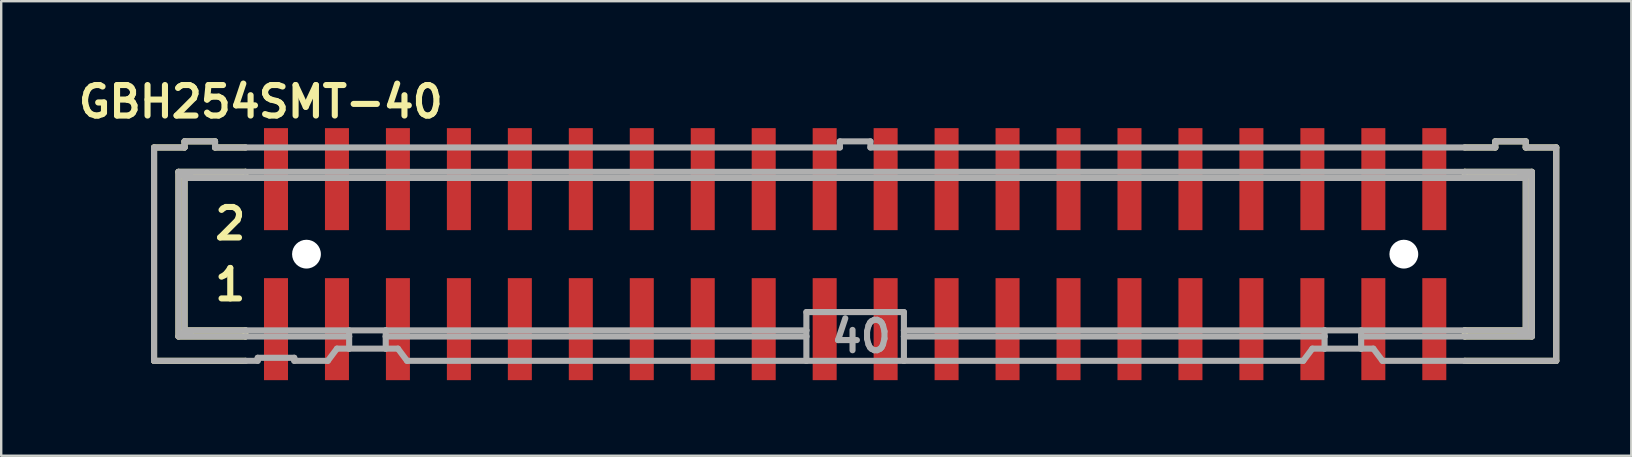
<source format=kicad_pcb>
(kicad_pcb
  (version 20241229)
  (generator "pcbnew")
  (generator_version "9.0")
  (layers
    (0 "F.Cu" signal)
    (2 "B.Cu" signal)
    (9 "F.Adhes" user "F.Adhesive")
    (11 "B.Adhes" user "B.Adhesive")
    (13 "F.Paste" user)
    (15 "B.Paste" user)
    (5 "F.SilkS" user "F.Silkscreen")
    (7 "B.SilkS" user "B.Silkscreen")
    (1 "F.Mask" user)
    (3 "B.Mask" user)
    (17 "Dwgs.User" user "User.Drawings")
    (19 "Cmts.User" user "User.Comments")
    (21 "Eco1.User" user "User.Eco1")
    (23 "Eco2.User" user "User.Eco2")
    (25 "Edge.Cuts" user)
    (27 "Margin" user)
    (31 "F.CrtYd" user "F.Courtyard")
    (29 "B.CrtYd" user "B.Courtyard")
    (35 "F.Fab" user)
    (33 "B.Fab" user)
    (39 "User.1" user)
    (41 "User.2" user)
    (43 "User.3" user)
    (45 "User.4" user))
  (footprint "GBH254SMT-40"
    (layer "F.Cu")
    (at 32.579 7.539)
    (property "Reference" "GBH254SMT-40" (at -24.765 -6.35 0) (layer "F.SilkS") (effects (font (size 1.27 1.27) (thickness 0.254))))
    (attr smd)
    (fp_line (start -29.21 -4.445) (end -29.21 4.445) (stroke (width 0.254) (type solid)) (layer "F.SilkS"))
    (fp_line (start -29.21 -4.445) (end -27.94 -4.445) (stroke (width 0.254) (type solid)) (layer "F.SilkS"))
    (fp_line (start -29.21 4.445) (end -25.4 4.445) (stroke (width 0.254) (type solid)) (layer "F.SilkS"))
    (fp_line (start -28.194 -3.429) (end -28.194 3.429) (stroke (width 0.254) (type solid)) (layer "F.SilkS"))
    (fp_line (start -28.194 3.429) (end -25.4 3.429) (stroke (width 0.254) (type solid)) (layer "F.SilkS"))
    (fp_line (start -28.1 -3.3) (end -27.7 -3.3) (stroke (width 0.254) (type solid)) (layer "F.SilkS"))
    (fp_line (start -28.1 3.3) (end -27.7 3.3) (stroke (width 0.254) (type solid)) (layer "F.SilkS"))
    (fp_line (start -27.94 -4.699) (end -27.94 -4.445) (stroke (width 0.254) (type solid)) (layer "F.SilkS"))
    (fp_line (start -27.94 -3.175) (end -27.94 3.175) (stroke (width 0.254) (type solid)) (layer "F.SilkS"))
    (fp_line (start -27.94 -3.175) (end -25.4 -3.175) (stroke (width 0.254) (type solid)) (layer "F.SilkS"))
    (fp_line (start -26.67 -4.699) (end -27.94 -4.699) (stroke (width 0.254) (type solid)) (layer "F.SilkS"))
    (fp_line (start -26.67 -4.699) (end -26.67 -4.445) (stroke (width 0.254) (type solid)) (layer "F.SilkS"))
    (fp_line (start -26.67 -4.445) (end -25.4 -4.445) (stroke (width 0.254) (type solid)) (layer "F.SilkS"))
    (fp_line (start -25.4 -3.429) (end -28.194 -3.429) (stroke (width 0.254) (type solid)) (layer "F.SilkS"))
    (fp_line (start -25.4 -3.429) (end -25.4 -3.175) (stroke (width 0.254) (type solid)) (layer "F.SilkS"))
    (fp_line (start -25.4 3.175) (end -27.94 3.175) (stroke (width 0.254) (type solid)) (layer "F.SilkS"))
    (fp_line (start -25.4 3.175) (end -25.4 3.429) (stroke (width 0.254) (type solid)) (layer "F.SilkS"))
    (fp_line (start 25.4 -4.445) (end 26.67 -4.445) (stroke (width 0.254) (type solid)) (layer "F.SilkS"))
    (fp_line (start 25.4 -3.429) (end 25.4 -3.175) (stroke (width 0.254) (type solid)) (layer "F.SilkS"))
    (fp_line (start 25.4 -3.175) (end 27.94 -3.175) (stroke (width 0.254) (type solid)) (layer "F.SilkS"))
    (fp_line (start 25.4 3.175) (end 25.4 3.429) (stroke (width 0.254) (type solid)) (layer "F.SilkS"))
    (fp_line (start 25.4 3.429) (end 28.194 3.429) (stroke (width 0.254) (type solid)) (layer "F.SilkS"))
    (fp_line (start 26.67 -4.445) (end 26.67 -4.699) (stroke (width 0.254) (type solid)) (layer "F.SilkS"))
    (fp_line (start 27.7 -3.3) (end 28.1 -3.3) (stroke (width 0.254) (type solid)) (layer "F.SilkS"))
    (fp_line (start 27.7 3.3) (end 28.1 3.3) (stroke (width 0.254) (type solid)) (layer "F.SilkS"))
    (fp_line (start 27.94 -4.699) (end 26.67 -4.699) (stroke (width 0.254) (type solid)) (layer "F.SilkS"))
    (fp_line (start 27.94 -4.445) (end 27.94 -4.699) (stroke (width 0.254) (type solid)) (layer "F.SilkS"))
    (fp_line (start 27.94 -4.445) (end 29.21 -4.445) (stroke (width 0.254) (type solid)) (layer "F.SilkS"))
    (fp_line (start 27.94 3.175) (end 25.4 3.175) (stroke (width 0.254) (type solid)) (layer "F.SilkS"))
    (fp_line (start 27.94 3.175) (end 27.94 -3.175) (stroke (width 0.254) (type solid)) (layer "F.SilkS"))
    (fp_line (start 28.194 -3.429) (end 25.4 -3.429) (stroke (width 0.254) (type solid)) (layer "F.SilkS"))
    (fp_line (start 28.194 3.429) (end 28.194 -3.429) (stroke (width 0.254) (type solid)) (layer "F.SilkS"))
    (fp_line (start 29.21 4.445) (end 25.4 4.445) (stroke (width 0.254) (type solid)) (layer "F.SilkS"))
    (fp_line (start 29.21 4.445) (end 29.21 -4.445) (stroke (width 0.254) (type solid)) (layer "F.SilkS"))
    (fp_line (start -29.21 -4.445) (end -29.21 4.445) (stroke (width 0.254) (type solid)) (layer "F.Fab"))
    (fp_line (start -29.21 -4.445) (end -27.94 -4.445) (stroke (width 0.254) (type solid)) (layer "F.Fab"))
    (fp_line (start -29.21 4.445) (end -25.4 4.445) (stroke (width 0.254) (type solid)) (layer "F.Fab"))
    (fp_line (start -28.194 -3.429) (end -28.194 3.429) (stroke (width 0.254) (type solid)) (layer "F.Fab"))
    (fp_line (start -28.194 3.429) (end -25.4 3.429) (stroke (width 0.254) (type solid)) (layer "F.Fab"))
    (fp_line (start -28.1 -3.3) (end -27.7 -3.3) (stroke (width 0.254) (type solid)) (layer "F.Fab"))
    (fp_line (start -28.1 3.3) (end -27.7 3.3) (stroke (width 0.254) (type solid)) (layer "F.Fab"))
    (fp_line (start -27.94 -4.699) (end -27.94 -4.445) (stroke (width 0.254) (type solid)) (layer "F.Fab"))
    (fp_line (start -27.94 -3.175) (end -27.94 3.175) (stroke (width 0.254) (type solid)) (layer "F.Fab"))
    (fp_line (start -27.94 -3.175) (end -25.4 -3.175) (stroke (width 0.254) (type solid)) (layer "F.Fab"))
    (fp_line (start -26.67 -4.699) (end -27.94 -4.699) (stroke (width 0.254) (type solid)) (layer "F.Fab"))
    (fp_line (start -26.67 -4.699) (end -26.67 -4.445) (stroke (width 0.254) (type solid)) (layer "F.Fab"))
    (fp_line (start -26.67 -4.445) (end -25.4 -4.445) (stroke (width 0.254) (type solid)) (layer "F.Fab"))
    (fp_line (start -25.4 -4.445) (end -0.635 -4.445) (stroke (width 0.254) (type solid)) (layer "F.Fab"))
    (fp_line (start -25.4 -3.429) (end -28.194 -3.429) (stroke (width 0.254) (type solid)) (layer "F.Fab"))
    (fp_line (start -25.4 -3.175) (end 25.4 -3.175) (stroke (width 0.254) (type solid)) (layer "F.Fab"))
    (fp_line (start -25.4 3.175) (end -27.94 3.175) (stroke (width 0.254) (type solid)) (layer "F.Fab"))
    (fp_line (start -25.4 3.429) (end -21.082 3.429) (stroke (width 0.254) (type solid)) (layer "F.Fab"))
    (fp_line (start -25.4 4.445) (end -24.892 4.445) (stroke (width 0.254) (type solid)) (layer "F.Fab"))
    (fp_line (start -24.892 4.318) (end -24.892 4.445) (stroke (width 0.254) (type solid)) (layer "F.Fab"))
    (fp_line (start -24.892 4.318) (end -23.368 4.318) (stroke (width 0.254) (type solid)) (layer "F.Fab"))
    (fp_line (start -23.368 4.445) (end -23.368 4.318) (stroke (width 0.254) (type solid)) (layer "F.Fab"))
    (fp_line (start -23.368 4.445) (end -21.971 4.445) (stroke (width 0.254) (type solid)) (layer "F.Fab"))
    (fp_line (start -21.971 4.445) (end -21.59 3.937) (stroke (width 0.254) (type solid)) (layer "F.Fab"))
    (fp_line (start -21.082 3.175) (end -21.082 3.429) (stroke (width 0.254) (type solid)) (layer "F.Fab"))
    (fp_line (start -21.082 3.429) (end -21.082 3.937) (stroke (width 0.254) (type solid)) (layer "F.Fab"))
    (fp_line (start -21.082 3.937) (end -21.59 3.937) (stroke (width 0.254) (type solid)) (layer "F.Fab"))
    (fp_line (start -19.558 3.175) (end -25.4 3.175) (stroke (width 0.254) (type solid)) (layer "F.Fab"))
    (fp_line (start -19.558 3.175) (end -19.558 3.429) (stroke (width 0.254) (type solid)) (layer "F.Fab"))
    (fp_line (start -19.558 3.429) (end -19.558 3.937) (stroke (width 0.254) (type solid)) (layer "F.Fab"))
    (fp_line (start -19.558 3.429) (end -2.032 3.429) (stroke (width 0.254) (type solid)) (layer "F.Fab"))
    (fp_line (start -19.558 3.937) (end -21.082 3.937) (stroke (width 0.254) (type solid)) (layer "F.Fab"))
    (fp_line (start -19.05 3.937) (end -19.558 3.937) (stroke (width 0.254) (type solid)) (layer "F.Fab"))
    (fp_line (start -19.05 3.937) (end -18.669 4.445) (stroke (width 0.254) (type solid)) (layer "F.Fab"))
    (fp_line (start -18.669 4.445) (end -2.032 4.445) (stroke (width 0.254) (type solid)) (layer "F.Fab"))
    (fp_line (start -2.032 3.175) (end -19.558 3.175) (stroke (width 0.254) (type solid)) (layer "F.Fab"))
    (fp_line (start -2.032 3.175) (end -2.032 2.413) (stroke (width 0.254) (type solid)) (layer "F.Fab"))
    (fp_line (start -2.032 3.175) (end -2.032 3.429) (stroke (width 0.254) (type solid)) (layer "F.Fab"))
    (fp_line (start -2.032 3.429) (end -2.032 4.445) (stroke (width 0.254) (type solid)) (layer "F.Fab"))
    (fp_line (start -0.635 -4.699) (end -0.635 -4.445) (stroke (width 0.254) (type solid)) (layer "F.Fab"))
    (fp_line (start 0.635 -4.699) (end -0.635 -4.699) (stroke (width 0.254) (type solid)) (layer "F.Fab"))
    (fp_line (start 0.635 -4.699) (end 0.635 -4.445) (stroke (width 0.254) (type solid)) (layer "F.Fab"))
    (fp_line (start 0.635 -4.445) (end 25.4 -4.445) (stroke (width 0.254) (type solid)) (layer "F.Fab"))
    (fp_line (start 2.032 2.413) (end -2.032 2.413) (stroke (width 0.254) (type solid)) (layer "F.Fab"))
    (fp_line (start 2.032 2.413) (end 2.032 3.175) (stroke (width 0.254) (type solid)) (layer "F.Fab"))
    (fp_line (start 2.032 3.175) (end 2.032 3.429) (stroke (width 0.254) (type solid)) (layer "F.Fab"))
    (fp_line (start 2.032 3.429) (end 2.032 4.445) (stroke (width 0.254) (type solid)) (layer "F.Fab"))
    (fp_line (start 2.032 4.445) (end -2.032 4.445) (stroke (width 0.254) (type solid)) (layer "F.Fab"))
    (fp_line (start 18.669 4.445) (end 2.032 4.445) (stroke (width 0.254) (type solid)) (layer "F.Fab"))
    (fp_line (start 18.669 4.445) (end 19.05 3.937) (stroke (width 0.254) (type solid)) (layer "F.Fab"))
    (fp_line (start 19.558 3.175) (end 2.032 3.175) (stroke (width 0.254) (type solid)) (layer "F.Fab"))
    (fp_line (start 19.558 3.175) (end 19.558 3.429) (stroke (width 0.254) (type solid)) (layer "F.Fab"))
    (fp_line (start 19.558 3.429) (end 2.032 3.429) (stroke (width 0.254) (type solid)) (layer "F.Fab"))
    (fp_line (start 19.558 3.429) (end 19.558 3.937) (stroke (width 0.254) (type solid)) (layer "F.Fab"))
    (fp_line (start 19.558 3.937) (end 19.05 3.937) (stroke (width 0.254) (type solid)) (layer "F.Fab"))
    (fp_line (start 21.082 3.175) (end 21.082 3.429) (stroke (width 0.254) (type solid)) (layer "F.Fab"))
    (fp_line (start 21.082 3.429) (end 21.082 3.937) (stroke (width 0.254) (type solid)) (layer "F.Fab"))
    (fp_line (start 21.082 3.429) (end 25.4 3.429) (stroke (width 0.254) (type solid)) (layer "F.Fab"))
    (fp_line (start 21.082 3.937) (end 19.558 3.937) (stroke (width 0.254) (type solid)) (layer "F.Fab"))
    (fp_line (start 21.59 3.937) (end 21.082 3.937) (stroke (width 0.254) (type solid)) (layer "F.Fab"))
    (fp_line (start 21.59 3.937) (end 21.971 4.445) (stroke (width 0.254) (type solid)) (layer "F.Fab"))
    (fp_line (start 25.4 -4.445) (end 26.67 -4.445) (stroke (width 0.254) (type solid)) (layer "F.Fab"))
    (fp_line (start 25.4 -3.429) (end -25.4 -3.429) (stroke (width 0.254) (type solid)) (layer "F.Fab"))
    (fp_line (start 25.4 -3.175) (end 27.94 -3.175) (stroke (width 0.254) (type solid)) (layer "F.Fab"))
    (fp_line (start 25.4 3.175) (end 19.558 3.175) (stroke (width 0.254) (type solid)) (layer "F.Fab"))
    (fp_line (start 25.4 3.429) (end 28.194 3.429) (stroke (width 0.254) (type solid)) (layer "F.Fab"))
    (fp_line (start 25.4 4.445) (end 21.971 4.445) (stroke (width 0.254) (type solid)) (layer "F.Fab"))
    (fp_line (start 26.67 -4.445) (end 26.67 -4.699) (stroke (width 0.254) (type solid)) (layer "F.Fab"))
    (fp_line (start 27.7 -3.3) (end 28.1 -3.3) (stroke (width 0.254) (type solid)) (layer "F.Fab"))
    (fp_line (start 27.7 3.3) (end 28.1 3.3) (stroke (width 0.254) (type solid)) (layer "F.Fab"))
    (fp_line (start 27.94 -4.699) (end 26.67 -4.699) (stroke (width 0.254) (type solid)) (layer "F.Fab"))
    (fp_line (start 27.94 -4.445) (end 27.94 -4.699) (stroke (width 0.254) (type solid)) (layer "F.Fab"))
    (fp_line (start 27.94 -4.445) (end 29.21 -4.445) (stroke (width 0.254) (type solid)) (layer "F.Fab"))
    (fp_line (start 27.94 3.175) (end 25.4 3.175) (stroke (width 0.254) (type solid)) (layer "F.Fab"))
    (fp_line (start 27.94 3.175) (end 27.94 -3.175) (stroke (width 0.254) (type solid)) (layer "F.Fab"))
    (fp_line (start 28.194 -3.429) (end 25.4 -3.429) (stroke (width 0.254) (type solid)) (layer "F.Fab"))
    (fp_line (start 28.194 3.429) (end 28.194 -3.429) (stroke (width 0.254) (type solid)) (layer "F.Fab"))
    (fp_line (start 29.21 4.445) (end 25.4 4.445) (stroke (width 0.254) (type solid)) (layer "F.Fab"))
    (fp_line (start 29.21 4.445) (end 29.21 -4.445) (stroke (width 0.254) (type solid)) (layer "F.Fab"))
    (fp_text user "1" (at -26.035 1.27 0) (layer "F.SilkS") (effects (font (size 1.27 1.27) (thickness 0.254))))
    (fp_text user "2" (at -26.035 -1.27 0) (layer "F.SilkS") (effects (font (size 1.27 1.27) (thickness 0.254))))
    (fp_text user "40" (at 0.254 3.429 0) (layer "F.Fab") (effects (font (size 1.27 1.27) (thickness 0.254))))
    (pad "" smd trapezoid (at -24.13 -3.125) (size 1.7 4.55) (layers "F.Paste"))
    (pad "" smd trapezoid (at -24.13 3.125) (size 1.7 4.55) (layers "F.Paste"))
    (pad "" np_thru_hole circle (at -22.86 0 90) (size 1.2 1.2) (drill 1.2) (layers "*.Cu" "*.Mask"))
    (pad "" smd trapezoid (at -21.59 -3.125) (size 1.7 4.55) (layers "F.Paste"))
    (pad "" smd trapezoid (at -21.59 3.125) (size 1.7 4.55) (layers "F.Paste"))
    (pad "" smd trapezoid (at -19.05 -3.125) (size 1.7 4.55) (layers "F.Paste"))
    (pad "" smd trapezoid (at -19.05 3.125) (size 1.7 4.55) (layers "F.Paste"))
    (pad "" smd trapezoid (at -16.51 -3.125) (size 1.7 4.55) (layers "F.Paste"))
    (pad "" smd trapezoid (at -16.51 3.125) (size 1.7 4.55) (layers "F.Paste"))
    (pad "" smd trapezoid (at -13.97 -3.125) (size 1.7 4.55) (layers "F.Paste"))
    (pad "" smd trapezoid (at -13.97 3.125) (size 1.7 4.55) (layers "F.Paste"))
    (pad "" smd trapezoid (at -11.43 -3.125) (size 1.7 4.55) (layers "F.Paste"))
    (pad "" smd trapezoid (at -11.43 3.125) (size 1.7 4.55) (layers "F.Paste"))
    (pad "" smd trapezoid (at -8.89 -3.125) (size 1.7 4.55) (layers "F.Paste"))
    (pad "" smd trapezoid (at -8.89 3.125) (size 1.7 4.55) (layers "F.Paste"))
    (pad "" smd trapezoid (at -6.35 -3.125) (size 1.7 4.55) (layers "F.Paste"))
    (pad "" smd trapezoid (at -6.35 3.125) (size 1.7 4.55) (layers "F.Paste"))
    (pad "" smd trapezoid (at -3.81 -3.125) (size 1.7 4.55) (layers "F.Paste"))
    (pad "" smd trapezoid (at -3.81 3.125) (size 1.7 4.55) (layers "F.Paste"))
    (pad "" smd trapezoid (at -1.27 -3.125) (size 1.7 4.55) (layers "F.Paste"))
    (pad "" smd trapezoid (at -1.27 3.125) (size 1.7 4.55) (layers "F.Paste"))
    (pad "" smd trapezoid (at 1.27 -3.125) (size 1.7 4.55) (layers "F.Paste"))
    (pad "" smd trapezoid (at 1.27 3.125) (size 1.7 4.55) (layers "F.Paste"))
    (pad "" smd trapezoid (at 3.81 -3.125) (size 1.7 4.55) (layers "F.Paste"))
    (pad "" smd trapezoid (at 3.81 3.125) (size 1.7 4.55) (layers "F.Paste"))
    (pad "" smd trapezoid (at 6.35 -3.125) (size 1.7 4.55) (layers "F.Paste"))
    (pad "" smd trapezoid (at 6.35 3.125) (size 1.7 4.55) (layers "F.Paste"))
    (pad "" smd trapezoid (at 8.89 -3.125) (size 1.7 4.55) (layers "F.Paste"))
    (pad "" smd trapezoid (at 8.89 3.125) (size 1.7 4.55) (layers "F.Paste"))
    (pad "" smd trapezoid (at 11.43 -3.125) (size 1.7 4.55) (layers "F.Paste"))
    (pad "" smd trapezoid (at 11.43 3.125) (size 1.7 4.55) (layers "F.Paste"))
    (pad "" smd trapezoid (at 13.97 -3.125) (size 1.7 4.55) (layers "F.Paste"))
    (pad "" smd trapezoid (at 13.97 3.125) (size 1.7 4.55) (layers "F.Paste"))
    (pad "" smd trapezoid (at 16.51 -3.125) (size 1.7 4.55) (layers "F.Paste"))
    (pad "" smd trapezoid (at 16.51 3.125) (size 1.7 4.55) (layers "F.Paste"))
    (pad "" smd trapezoid (at 19.05 -3.125) (size 1.7 4.55) (layers "F.Paste"))
    (pad "" smd trapezoid (at 19.05 3.125) (size 1.7 4.55) (layers "F.Paste"))
    (pad "" smd trapezoid (at 21.59 -3.125) (size 1.7 4.55) (layers "F.Paste"))
    (pad "" smd trapezoid (at 21.59 3.125) (size 1.7 4.55) (layers "F.Paste"))
    (pad "" np_thru_hole circle (at 22.86 0 90) (size 1.2 1.2) (drill 1.2) (layers "*.Cu" "*.Mask"))
    (pad "" smd trapezoid (at 24.13 -3.125) (size 1.7 4.55) (layers "F.Paste"))
    (pad "" smd trapezoid (at 24.13 3.125) (size 1.7 4.55) (layers "F.Paste"))
    (pad "1" smd rect (at -24.13 3.125 90) (size 4.25 1) (layers "F.Cu" "F.Mask"))
    (pad "2" smd rect (at -24.13 -3.125 90) (size 4.25 1) (layers "F.Cu" "F.Mask"))
    (pad "3" smd rect (at -21.59 3.125 90) (size 4.25 1) (layers "F.Cu" "F.Mask"))
    (pad "4" smd rect (at -21.59 -3.125 90) (size 4.25 1) (layers "F.Cu" "F.Mask"))
    (pad "5" smd rect (at -19.05 3.125 90) (size 4.25 1) (layers "F.Cu" "F.Mask"))
    (pad "6" smd rect (at -19.05 -3.125 90) (size 4.25 1) (layers "F.Cu" "F.Mask"))
    (pad "7" smd rect (at -16.51 3.125 90) (size 4.25 1) (layers "F.Cu" "F.Mask"))
    (pad "8" smd rect (at -16.51 -3.125 90) (size 4.25 1) (layers "F.Cu" "F.Mask"))
    (pad "9" smd rect (at -13.97 3.125 90) (size 4.25 1) (layers "F.Cu" "F.Mask"))
    (pad "10" smd rect (at -13.97 -3.125 90) (size 4.25 1) (layers "F.Cu" "F.Mask"))
    (pad "11" smd rect (at -11.43 3.125 90) (size 4.25 1) (layers "F.Cu" "F.Mask"))
    (pad "12" smd rect (at -11.43 -3.125 90) (size 4.25 1) (layers "F.Cu" "F.Mask"))
    (pad "13" smd rect (at -8.89 3.125 90) (size 4.25 1) (layers "F.Cu" "F.Mask"))
    (pad "14" smd rect (at -8.89 -3.125 90) (size 4.25 1) (layers "F.Cu" "F.Mask"))
    (pad "15" smd rect (at -6.35 3.125 90) (size 4.25 1) (layers "F.Cu" "F.Mask"))
    (pad "16" smd rect (at -6.35 -3.125 90) (size 4.25 1) (layers "F.Cu" "F.Mask"))
    (pad "17" smd rect (at -3.81 3.125 90) (size 4.25 1) (layers "F.Cu" "F.Mask"))
    (pad "18" smd rect (at -3.81 -3.125 90) (size 4.25 1) (layers "F.Cu" "F.Mask"))
    (pad "19" smd rect (at -1.27 3.125 90) (size 4.25 1) (layers "F.Cu" "F.Mask"))
    (pad "20" smd rect (at -1.27 -3.125 90) (size 4.25 1) (layers "F.Cu" "F.Mask"))
    (pad "21" smd rect (at 1.27 3.125 270) (size 4.25 1) (layers "F.Cu" "F.Mask"))
    (pad "22" smd rect (at 1.27 -3.125 90) (size 4.25 1) (layers "F.Cu" "F.Mask"))
    (pad "23" smd rect (at 3.81 3.125 270) (size 4.25 1) (layers "F.Cu" "F.Mask"))
    (pad "24" smd rect (at 3.81 -3.125 90) (size 4.25 1) (layers "F.Cu" "F.Mask"))
    (pad "25" smd rect (at 6.35 3.125 270) (size 4.25 1) (layers "F.Cu" "F.Mask"))
    (pad "26" smd rect (at 6.35 -3.125 90) (size 4.25 1) (layers "F.Cu" "F.Mask"))
    (pad "27" smd rect (at 8.89 3.125 270) (size 4.25 1) (layers "F.Cu" "F.Mask"))
    (pad "28" smd rect (at 8.89 -3.125 90) (size 4.25 1) (layers "F.Cu" "F.Mask"))
    (pad "29" smd rect (at 11.43 3.125 270) (size 4.25 1) (layers "F.Cu" "F.Mask"))
    (pad "30" smd rect (at 11.43 -3.125 90) (size 4.25 1) (layers "F.Cu" "F.Mask"))
    (pad "31" smd rect (at 13.97 3.125 270) (size 4.25 1) (layers "F.Cu" "F.Mask"))
    (pad "32" smd rect (at 13.97 -3.125 90) (size 4.25 1) (layers "F.Cu" "F.Mask"))
    (pad "33" smd rect (at 16.51 3.125 270) (size 4.25 1) (layers "F.Cu" "F.Mask"))
    (pad "34" smd rect (at 16.51 -3.125 90) (size 4.25 1) (layers "F.Cu" "F.Mask"))
    (pad "35" smd rect (at 19.05 3.125 270) (size 4.25 1) (layers "F.Cu" "F.Mask"))
    (pad "36" smd rect (at 19.05 -3.125 90) (size 4.25 1) (layers "F.Cu" "F.Mask"))
    (pad "37" smd rect (at 21.59 3.125 270) (size 4.25 1) (layers "F.Cu" "F.Mask"))
    (pad "38" smd rect (at 21.59 -3.125 90) (size 4.25 1) (layers "F.Cu" "F.Mask"))
    (pad "39" smd rect (at 24.13 3.125 270) (size 4.25 1) (layers "F.Cu" "F.Mask"))
    (pad "40" smd rect (at 24.13 -3.125 90) (size 4.25 1) (layers "F.Cu" "F.Mask")))
  (gr_rect
    (start -3 -3)
    (end 64.916 15.939)
    (stroke (width 0.1) (type default))
    (fill no)
    (layer "Edge.Cuts")))
</source>
